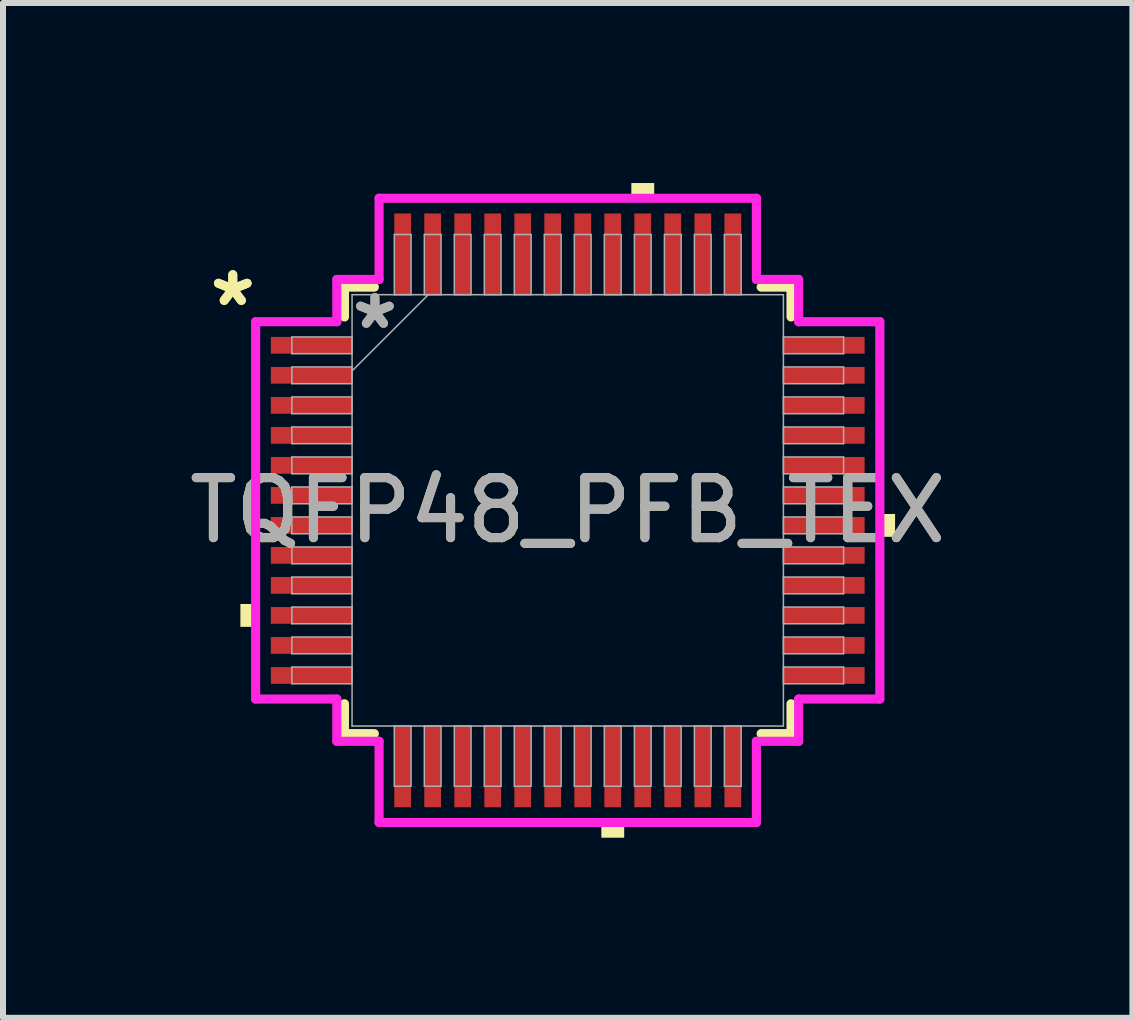
<source format=kicad_pcb>
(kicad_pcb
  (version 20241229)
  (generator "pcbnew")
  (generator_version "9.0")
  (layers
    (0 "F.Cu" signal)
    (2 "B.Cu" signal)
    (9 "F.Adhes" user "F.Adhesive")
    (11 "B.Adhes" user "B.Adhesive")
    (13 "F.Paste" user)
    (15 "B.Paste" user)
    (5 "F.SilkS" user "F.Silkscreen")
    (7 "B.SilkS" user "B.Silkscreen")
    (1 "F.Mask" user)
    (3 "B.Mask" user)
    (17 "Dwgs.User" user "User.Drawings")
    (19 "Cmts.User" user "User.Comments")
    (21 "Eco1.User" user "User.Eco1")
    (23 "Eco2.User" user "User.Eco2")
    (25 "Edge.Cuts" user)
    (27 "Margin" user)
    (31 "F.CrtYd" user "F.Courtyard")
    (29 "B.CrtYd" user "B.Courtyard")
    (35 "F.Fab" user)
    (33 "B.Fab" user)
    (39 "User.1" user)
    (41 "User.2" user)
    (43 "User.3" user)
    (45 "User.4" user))
  (footprint "TQFP48_PFB_TEX"
    (layer "F.Cu")
    (at 6.411 5.455)
    (property "Reference" "TQFP48_PFB_TEX" (at 0 0 0) (unlocked yes) (layer "F.SilkS") (effects (font (size 1 1) (thickness 0.15))))
    (attr smd)
    (fp_line (start -3.721 -3.721) (end -3.721 -3.223) (stroke (width 0.152) (type solid)) (layer "F.SilkS"))
    (fp_line (start -3.721 3.223) (end -3.721 3.721) (stroke (width 0.152) (type solid)) (layer "F.SilkS"))
    (fp_line (start -3.721 3.721) (end -3.223 3.721) (stroke (width 0.152) (type solid)) (layer "F.SilkS"))
    (fp_line (start -3.223 -3.721) (end -3.721 -3.721) (stroke (width 0.152) (type solid)) (layer "F.SilkS"))
    (fp_line (start 3.223 3.721) (end 3.721 3.721) (stroke (width 0.152) (type solid)) (layer "F.SilkS"))
    (fp_line (start 3.721 -3.721) (end 3.223 -3.721) (stroke (width 0.152) (type solid)) (layer "F.SilkS"))
    (fp_line (start 3.721 -3.223) (end 3.721 -3.721) (stroke (width 0.152) (type solid)) (layer "F.SilkS"))
    (fp_line (start 3.721 3.721) (end 3.721 3.223) (stroke (width 0.152) (type solid)) (layer "F.SilkS"))
    (fp_poly (pts (xy -5.455 1.56) (xy -5.455 1.941) (xy -5.201 1.941) (xy -5.201 1.56)) (stroke (width 0) (type solid)) (fill yes) (layer "F.SilkS"))
    (fp_poly (pts (xy 0.56 5.201) (xy 0.56 5.455) (xy 0.941 5.455) (xy 0.941 5.201)) (stroke (width 0) (type solid)) (fill yes) (layer "F.SilkS"))
    (fp_poly (pts (xy 1.06 -5.201) (xy 1.06 -5.455) (xy 1.441 -5.455) (xy 1.441 -5.201)) (stroke (width 0) (type solid)) (fill yes) (layer "F.SilkS"))
    (fp_poly (pts (xy 5.455 0.06) (xy 5.455 0.441) (xy 5.201 0.441) (xy 5.201 0.06)) (stroke (width 0) (type solid)) (fill yes) (layer "F.SilkS"))
    (fp_line (start -5.201 -3.144) (end -3.848 -3.144) (stroke (width 0.152) (type solid)) (layer "F.CrtYd"))
    (fp_line (start -5.201 3.144) (end -5.201 -3.144) (stroke (width 0.152) (type solid)) (layer "F.CrtYd"))
    (fp_line (start -3.848 -3.848) (end -3.144 -3.848) (stroke (width 0.152) (type solid)) (layer "F.CrtYd"))
    (fp_line (start -3.848 -3.144) (end -3.848 -3.848) (stroke (width 0.152) (type solid)) (layer "F.CrtYd"))
    (fp_line (start -3.848 3.144) (end -5.201 3.144) (stroke (width 0.152) (type solid)) (layer "F.CrtYd"))
    (fp_line (start -3.848 3.848) (end -3.848 3.144) (stroke (width 0.152) (type solid)) (layer "F.CrtYd"))
    (fp_line (start -3.848 3.848) (end -3.144 3.848) (stroke (width 0.152) (type solid)) (layer "F.CrtYd"))
    (fp_line (start -3.144 -5.201) (end 3.144 -5.201) (stroke (width 0.152) (type solid)) (layer "F.CrtYd"))
    (fp_line (start -3.144 -3.848) (end -3.144 -5.201) (stroke (width 0.152) (type solid)) (layer "F.CrtYd"))
    (fp_line (start -3.144 3.848) (end -3.144 5.201) (stroke (width 0.152) (type solid)) (layer "F.CrtYd"))
    (fp_line (start -3.144 5.201) (end 3.144 5.201) (stroke (width 0.152) (type solid)) (layer "F.CrtYd"))
    (fp_line (start 3.144 -5.201) (end 3.144 -3.848) (stroke (width 0.152) (type solid)) (layer "F.CrtYd"))
    (fp_line (start 3.144 -3.848) (end 3.848 -3.848) (stroke (width 0.152) (type solid)) (layer "F.CrtYd"))
    (fp_line (start 3.144 3.848) (end 3.848 3.848) (stroke (width 0.152) (type solid)) (layer "F.CrtYd"))
    (fp_line (start 3.144 5.201) (end 3.144 3.848) (stroke (width 0.152) (type solid)) (layer "F.CrtYd"))
    (fp_line (start 3.848 -3.144) (end 3.848 -3.848) (stroke (width 0.152) (type solid)) (layer "F.CrtYd"))
    (fp_line (start 3.848 3.144) (end 5.201 3.144) (stroke (width 0.152) (type solid)) (layer "F.CrtYd"))
    (fp_line (start 3.848 3.848) (end 3.848 3.144) (stroke (width 0.152) (type solid)) (layer "F.CrtYd"))
    (fp_line (start 5.201 -3.144) (end 3.848 -3.144) (stroke (width 0.152) (type solid)) (layer "F.CrtYd"))
    (fp_line (start 5.201 3.144) (end 5.201 -3.144) (stroke (width 0.152) (type solid)) (layer "F.CrtYd"))
    (fp_line (start -4.597 -2.89) (end -4.597 -2.611) (stroke (width 0.025) (type solid)) (layer "F.Fab"))
    (fp_line (start -4.597 -2.611) (end -3.594 -2.611) (stroke (width 0.025) (type solid)) (layer "F.Fab"))
    (fp_line (start -4.597 -2.39) (end -4.597 -2.111) (stroke (width 0.025) (type solid)) (layer "F.Fab"))
    (fp_line (start -4.597 -2.111) (end -3.594 -2.111) (stroke (width 0.025) (type solid)) (layer "F.Fab"))
    (fp_line (start -4.597 -1.89) (end -4.597 -1.611) (stroke (width 0.025) (type solid)) (layer "F.Fab"))
    (fp_line (start -4.597 -1.611) (end -3.594 -1.611) (stroke (width 0.025) (type solid)) (layer "F.Fab"))
    (fp_line (start -4.597 -1.39) (end -4.597 -1.111) (stroke (width 0.025) (type solid)) (layer "F.Fab"))
    (fp_line (start -4.597 -1.111) (end -3.594 -1.111) (stroke (width 0.025) (type solid)) (layer "F.Fab"))
    (fp_line (start -4.597 -0.89) (end -4.597 -0.61) (stroke (width 0.025) (type solid)) (layer "F.Fab"))
    (fp_line (start -4.597 -0.61) (end -3.594 -0.61) (stroke (width 0.025) (type solid)) (layer "F.Fab"))
    (fp_line (start -4.597 -0.39) (end -4.597 -0.11) (stroke (width 0.025) (type solid)) (layer "F.Fab"))
    (fp_line (start -4.597 -0.11) (end -3.594 -0.11) (stroke (width 0.025) (type solid)) (layer "F.Fab"))
    (fp_line (start -4.597 0.11) (end -4.597 0.39) (stroke (width 0.025) (type solid)) (layer "F.Fab"))
    (fp_line (start -4.597 0.39) (end -3.594 0.39) (stroke (width 0.025) (type solid)) (layer "F.Fab"))
    (fp_line (start -4.597 0.61) (end -4.597 0.89) (stroke (width 0.025) (type solid)) (layer "F.Fab"))
    (fp_line (start -4.597 0.89) (end -3.594 0.89) (stroke (width 0.025) (type solid)) (layer "F.Fab"))
    (fp_line (start -4.597 1.111) (end -4.597 1.39) (stroke (width 0.025) (type solid)) (layer "F.Fab"))
    (fp_line (start -4.597 1.39) (end -3.594 1.39) (stroke (width 0.025) (type solid)) (layer "F.Fab"))
    (fp_line (start -4.597 1.611) (end -4.597 1.89) (stroke (width 0.025) (type solid)) (layer "F.Fab"))
    (fp_line (start -4.597 1.89) (end -3.594 1.89) (stroke (width 0.025) (type solid)) (layer "F.Fab"))
    (fp_line (start -4.597 2.111) (end -4.597 2.39) (stroke (width 0.025) (type solid)) (layer "F.Fab"))
    (fp_line (start -4.597 2.39) (end -3.594 2.39) (stroke (width 0.025) (type solid)) (layer "F.Fab"))
    (fp_line (start -4.597 2.611) (end -4.597 2.89) (stroke (width 0.025) (type solid)) (layer "F.Fab"))
    (fp_line (start -4.597 2.89) (end -3.594 2.89) (stroke (width 0.025) (type solid)) (layer "F.Fab"))
    (fp_line (start -3.594 -3.594) (end -3.594 3.594) (stroke (width 0.025) (type solid)) (layer "F.Fab"))
    (fp_line (start -3.594 -2.89) (end -4.597 -2.89) (stroke (width 0.025) (type solid)) (layer "F.Fab"))
    (fp_line (start -3.594 -2.611) (end -3.594 -2.89) (stroke (width 0.025) (type solid)) (layer "F.Fab"))
    (fp_line (start -3.594 -2.39) (end -4.597 -2.39) (stroke (width 0.025) (type solid)) (layer "F.Fab"))
    (fp_line (start -3.594 -2.324) (end -2.324 -3.594) (stroke (width 0.025) (type solid)) (layer "F.Fab"))
    (fp_line (start -3.594 -2.111) (end -3.594 -2.39) (stroke (width 0.025) (type solid)) (layer "F.Fab"))
    (fp_line (start -3.594 -1.89) (end -4.597 -1.89) (stroke (width 0.025) (type solid)) (layer "F.Fab"))
    (fp_line (start -3.594 -1.611) (end -3.594 -1.89) (stroke (width 0.025) (type solid)) (layer "F.Fab"))
    (fp_line (start -3.594 -1.39) (end -4.597 -1.39) (stroke (width 0.025) (type solid)) (layer "F.Fab"))
    (fp_line (start -3.594 -1.111) (end -3.594 -1.39) (stroke (width 0.025) (type solid)) (layer "F.Fab"))
    (fp_line (start -3.594 -0.89) (end -4.597 -0.89) (stroke (width 0.025) (type solid)) (layer "F.Fab"))
    (fp_line (start -3.594 -0.61) (end -3.594 -0.89) (stroke (width 0.025) (type solid)) (layer "F.Fab"))
    (fp_line (start -3.594 -0.39) (end -4.597 -0.39) (stroke (width 0.025) (type solid)) (layer "F.Fab"))
    (fp_line (start -3.594 -0.11) (end -3.594 -0.39) (stroke (width 0.025) (type solid)) (layer "F.Fab"))
    (fp_line (start -3.594 0.11) (end -4.597 0.11) (stroke (width 0.025) (type solid)) (layer "F.Fab"))
    (fp_line (start -3.594 0.39) (end -3.594 0.11) (stroke (width 0.025) (type solid)) (layer "F.Fab"))
    (fp_line (start -3.594 0.61) (end -4.597 0.61) (stroke (width 0.025) (type solid)) (layer "F.Fab"))
    (fp_line (start -3.594 0.89) (end -3.594 0.61) (stroke (width 0.025) (type solid)) (layer "F.Fab"))
    (fp_line (start -3.594 1.111) (end -4.597 1.111) (stroke (width 0.025) (type solid)) (layer "F.Fab"))
    (fp_line (start -3.594 1.39) (end -3.594 1.111) (stroke (width 0.025) (type solid)) (layer "F.Fab"))
    (fp_line (start -3.594 1.611) (end -4.597 1.611) (stroke (width 0.025) (type solid)) (layer "F.Fab"))
    (fp_line (start -3.594 1.89) (end -3.594 1.611) (stroke (width 0.025) (type solid)) (layer "F.Fab"))
    (fp_line (start -3.594 2.111) (end -4.597 2.111) (stroke (width 0.025) (type solid)) (layer "F.Fab"))
    (fp_line (start -3.594 2.39) (end -3.594 2.111) (stroke (width 0.025) (type solid)) (layer "F.Fab"))
    (fp_line (start -3.594 2.611) (end -4.597 2.611) (stroke (width 0.025) (type solid)) (layer "F.Fab"))
    (fp_line (start -3.594 2.89) (end -3.594 2.611) (stroke (width 0.025) (type solid)) (layer "F.Fab"))
    (fp_line (start -3.594 3.594) (end 3.594 3.594) (stroke (width 0.025) (type solid)) (layer "F.Fab"))
    (fp_line (start -2.89 -4.597) (end -2.89 -3.594) (stroke (width 0.025) (type solid)) (layer "F.Fab"))
    (fp_line (start -2.89 -3.594) (end -2.611 -3.594) (stroke (width 0.025) (type solid)) (layer "F.Fab"))
    (fp_line (start -2.89 3.594) (end -2.89 4.597) (stroke (width 0.025) (type solid)) (layer "F.Fab"))
    (fp_line (start -2.89 4.597) (end -2.611 4.597) (stroke (width 0.025) (type solid)) (layer "F.Fab"))
    (fp_line (start -2.611 -4.597) (end -2.89 -4.597) (stroke (width 0.025) (type solid)) (layer "F.Fab"))
    (fp_line (start -2.611 -3.594) (end -2.611 -4.597) (stroke (width 0.025) (type solid)) (layer "F.Fab"))
    (fp_line (start -2.611 3.594) (end -2.89 3.594) (stroke (width 0.025) (type solid)) (layer "F.Fab"))
    (fp_line (start -2.611 4.597) (end -2.611 3.594) (stroke (width 0.025) (type solid)) (layer "F.Fab"))
    (fp_line (start -2.39 -4.597) (end -2.39 -3.594) (stroke (width 0.025) (type solid)) (layer "F.Fab"))
    (fp_line (start -2.39 -3.594) (end -2.111 -3.594) (stroke (width 0.025) (type solid)) (layer "F.Fab"))
    (fp_line (start -2.39 3.594) (end -2.39 4.597) (stroke (width 0.025) (type solid)) (layer "F.Fab"))
    (fp_line (start -2.39 4.597) (end -2.111 4.597) (stroke (width 0.025) (type solid)) (layer "F.Fab"))
    (fp_line (start -2.111 -4.597) (end -2.39 -4.597) (stroke (width 0.025) (type solid)) (layer "F.Fab"))
    (fp_line (start -2.111 -3.594) (end -2.111 -4.597) (stroke (width 0.025) (type solid)) (layer "F.Fab"))
    (fp_line (start -2.111 3.594) (end -2.39 3.594) (stroke (width 0.025) (type solid)) (layer "F.Fab"))
    (fp_line (start -2.111 4.597) (end -2.111 3.594) (stroke (width 0.025) (type solid)) (layer "F.Fab"))
    (fp_line (start -1.89 -4.597) (end -1.89 -3.594) (stroke (width 0.025) (type solid)) (layer "F.Fab"))
    (fp_line (start -1.89 -3.594) (end -1.611 -3.594) (stroke (width 0.025) (type solid)) (layer "F.Fab"))
    (fp_line (start -1.89 3.594) (end -1.89 4.597) (stroke (width 0.025) (type solid)) (layer "F.Fab"))
    (fp_line (start -1.89 4.597) (end -1.611 4.597) (stroke (width 0.025) (type solid)) (layer "F.Fab"))
    (fp_line (start -1.611 -4.597) (end -1.89 -4.597) (stroke (width 0.025) (type solid)) (layer "F.Fab"))
    (fp_line (start -1.611 -3.594) (end -1.611 -4.597) (stroke (width 0.025) (type solid)) (layer "F.Fab"))
    (fp_line (start -1.611 3.594) (end -1.89 3.594) (stroke (width 0.025) (type solid)) (layer "F.Fab"))
    (fp_line (start -1.611 4.597) (end -1.611 3.594) (stroke (width 0.025) (type solid)) (layer "F.Fab"))
    (fp_line (start -1.39 -4.597) (end -1.39 -3.594) (stroke (width 0.025) (type solid)) (layer "F.Fab"))
    (fp_line (start -1.39 -3.594) (end -1.111 -3.594) (stroke (width 0.025) (type solid)) (layer "F.Fab"))
    (fp_line (start -1.39 3.594) (end -1.39 4.597) (stroke (width 0.025) (type solid)) (layer "F.Fab"))
    (fp_line (start -1.39 4.597) (end -1.111 4.597) (stroke (width 0.025) (type solid)) (layer "F.Fab"))
    (fp_line (start -1.111 -4.597) (end -1.39 -4.597) (stroke (width 0.025) (type solid)) (layer "F.Fab"))
    (fp_line (start -1.111 -3.594) (end -1.111 -4.597) (stroke (width 0.025) (type solid)) (layer "F.Fab"))
    (fp_line (start -1.111 3.594) (end -1.39 3.594) (stroke (width 0.025) (type solid)) (layer "F.Fab"))
    (fp_line (start -1.111 4.597) (end -1.111 3.594) (stroke (width 0.025) (type solid)) (layer "F.Fab"))
    (fp_line (start -0.89 -4.597) (end -0.89 -3.594) (stroke (width 0.025) (type solid)) (layer "F.Fab"))
    (fp_line (start -0.89 -3.594) (end -0.61 -3.594) (stroke (width 0.025) (type solid)) (layer "F.Fab"))
    (fp_line (start -0.89 3.594) (end -0.89 4.597) (stroke (width 0.025) (type solid)) (layer "F.Fab"))
    (fp_line (start -0.89 4.597) (end -0.61 4.597) (stroke (width 0.025) (type solid)) (layer "F.Fab"))
    (fp_line (start -0.61 -4.597) (end -0.89 -4.597) (stroke (width 0.025) (type solid)) (layer "F.Fab"))
    (fp_line (start -0.61 -3.594) (end -0.61 -4.597) (stroke (width 0.025) (type solid)) (layer "F.Fab"))
    (fp_line (start -0.61 3.594) (end -0.89 3.594) (stroke (width 0.025) (type solid)) (layer "F.Fab"))
    (fp_line (start -0.61 4.597) (end -0.61 3.594) (stroke (width 0.025) (type solid)) (layer "F.Fab"))
    (fp_line (start -0.39 -4.597) (end -0.39 -3.594) (stroke (width 0.025) (type solid)) (layer "F.Fab"))
    (fp_line (start -0.39 -3.594) (end -0.11 -3.594) (stroke (width 0.025) (type solid)) (layer "F.Fab"))
    (fp_line (start -0.39 3.594) (end -0.39 4.597) (stroke (width 0.025) (type solid)) (layer "F.Fab"))
    (fp_line (start -0.39 4.597) (end -0.11 4.597) (stroke (width 0.025) (type solid)) (layer "F.Fab"))
    (fp_line (start -0.11 -4.597) (end -0.39 -4.597) (stroke (width 0.025) (type solid)) (layer "F.Fab"))
    (fp_line (start -0.11 -3.594) (end -0.11 -4.597) (stroke (width 0.025) (type solid)) (layer "F.Fab"))
    (fp_line (start -0.11 3.594) (end -0.39 3.594) (stroke (width 0.025) (type solid)) (layer "F.Fab"))
    (fp_line (start -0.11 4.597) (end -0.11 3.594) (stroke (width 0.025) (type solid)) (layer "F.Fab"))
    (fp_line (start 0.11 -4.597) (end 0.11 -3.594) (stroke (width 0.025) (type solid)) (layer "F.Fab"))
    (fp_line (start 0.11 -3.594) (end 0.39 -3.594) (stroke (width 0.025) (type solid)) (layer "F.Fab"))
    (fp_line (start 0.11 3.594) (end 0.11 4.597) (stroke (width 0.025) (type solid)) (layer "F.Fab"))
    (fp_line (start 0.11 4.597) (end 0.39 4.597) (stroke (width 0.025) (type solid)) (layer "F.Fab"))
    (fp_line (start 0.39 -4.597) (end 0.11 -4.597) (stroke (width 0.025) (type solid)) (layer "F.Fab"))
    (fp_line (start 0.39 -3.594) (end 0.39 -4.597) (stroke (width 0.025) (type solid)) (layer "F.Fab"))
    (fp_line (start 0.39 3.594) (end 0.11 3.594) (stroke (width 0.025) (type solid)) (layer "F.Fab"))
    (fp_line (start 0.39 4.597) (end 0.39 3.594) (stroke (width 0.025) (type solid)) (layer "F.Fab"))
    (fp_line (start 0.61 -4.597) (end 0.61 -3.594) (stroke (width 0.025) (type solid)) (layer "F.Fab"))
    (fp_line (start 0.61 -3.594) (end 0.89 -3.594) (stroke (width 0.025) (type solid)) (layer "F.Fab"))
    (fp_line (start 0.61 3.594) (end 0.61 4.597) (stroke (width 0.025) (type solid)) (layer "F.Fab"))
    (fp_line (start 0.61 4.597) (end 0.89 4.597) (stroke (width 0.025) (type solid)) (layer "F.Fab"))
    (fp_line (start 0.89 -4.597) (end 0.61 -4.597) (stroke (width 0.025) (type solid)) (layer "F.Fab"))
    (fp_line (start 0.89 -3.594) (end 0.89 -4.597) (stroke (width 0.025) (type solid)) (layer "F.Fab"))
    (fp_line (start 0.89 3.594) (end 0.61 3.594) (stroke (width 0.025) (type solid)) (layer "F.Fab"))
    (fp_line (start 0.89 4.597) (end 0.89 3.594) (stroke (width 0.025) (type solid)) (layer "F.Fab"))
    (fp_line (start 1.111 -4.597) (end 1.111 -3.594) (stroke (width 0.025) (type solid)) (layer "F.Fab"))
    (fp_line (start 1.111 -3.594) (end 1.39 -3.594) (stroke (width 0.025) (type solid)) (layer "F.Fab"))
    (fp_line (start 1.111 3.594) (end 1.111 4.597) (stroke (width 0.025) (type solid)) (layer "F.Fab"))
    (fp_line (start 1.111 4.597) (end 1.39 4.597) (stroke (width 0.025) (type solid)) (layer "F.Fab"))
    (fp_line (start 1.39 -4.597) (end 1.111 -4.597) (stroke (width 0.025) (type solid)) (layer "F.Fab"))
    (fp_line (start 1.39 -3.594) (end 1.39 -4.597) (stroke (width 0.025) (type solid)) (layer "F.Fab"))
    (fp_line (start 1.39 3.594) (end 1.111 3.594) (stroke (width 0.025) (type solid)) (layer "F.Fab"))
    (fp_line (start 1.39 4.597) (end 1.39 3.594) (stroke (width 0.025) (type solid)) (layer "F.Fab"))
    (fp_line (start 1.611 -4.597) (end 1.611 -3.594) (stroke (width 0.025) (type solid)) (layer "F.Fab"))
    (fp_line (start 1.611 -3.594) (end 1.89 -3.594) (stroke (width 0.025) (type solid)) (layer "F.Fab"))
    (fp_line (start 1.611 3.594) (end 1.611 4.597) (stroke (width 0.025) (type solid)) (layer "F.Fab"))
    (fp_line (start 1.611 4.597) (end 1.89 4.597) (stroke (width 0.025) (type solid)) (layer "F.Fab"))
    (fp_line (start 1.89 -4.597) (end 1.611 -4.597) (stroke (width 0.025) (type solid)) (layer "F.Fab"))
    (fp_line (start 1.89 -3.594) (end 1.89 -4.597) (stroke (width 0.025) (type solid)) (layer "F.Fab"))
    (fp_line (start 1.89 3.594) (end 1.611 3.594) (stroke (width 0.025) (type solid)) (layer "F.Fab"))
    (fp_line (start 1.89 4.597) (end 1.89 3.594) (stroke (width 0.025) (type solid)) (layer "F.Fab"))
    (fp_line (start 2.111 -4.597) (end 2.111 -3.594) (stroke (width 0.025) (type solid)) (layer "F.Fab"))
    (fp_line (start 2.111 -3.594) (end 2.39 -3.594) (stroke (width 0.025) (type solid)) (layer "F.Fab"))
    (fp_line (start 2.111 3.594) (end 2.111 4.597) (stroke (width 0.025) (type solid)) (layer "F.Fab"))
    (fp_line (start 2.111 4.597) (end 2.39 4.597) (stroke (width 0.025) (type solid)) (layer "F.Fab"))
    (fp_line (start 2.39 -4.597) (end 2.111 -4.597) (stroke (width 0.025) (type solid)) (layer "F.Fab"))
    (fp_line (start 2.39 -3.594) (end 2.39 -4.597) (stroke (width 0.025) (type solid)) (layer "F.Fab"))
    (fp_line (start 2.39 3.594) (end 2.111 3.594) (stroke (width 0.025) (type solid)) (layer "F.Fab"))
    (fp_line (start 2.39 4.597) (end 2.39 3.594) (stroke (width 0.025) (type solid)) (layer "F.Fab"))
    (fp_line (start 2.611 -4.597) (end 2.611 -3.594) (stroke (width 0.025) (type solid)) (layer "F.Fab"))
    (fp_line (start 2.611 -3.594) (end 2.89 -3.594) (stroke (width 0.025) (type solid)) (layer "F.Fab"))
    (fp_line (start 2.611 3.594) (end 2.611 4.597) (stroke (width 0.025) (type solid)) (layer "F.Fab"))
    (fp_line (start 2.611 4.597) (end 2.89 4.597) (stroke (width 0.025) (type solid)) (layer "F.Fab"))
    (fp_line (start 2.89 -4.597) (end 2.611 -4.597) (stroke (width 0.025) (type solid)) (layer "F.Fab"))
    (fp_line (start 2.89 -3.594) (end 2.89 -4.597) (stroke (width 0.025) (type solid)) (layer "F.Fab"))
    (fp_line (start 2.89 3.594) (end 2.611 3.594) (stroke (width 0.025) (type solid)) (layer "F.Fab"))
    (fp_line (start 2.89 4.597) (end 2.89 3.594) (stroke (width 0.025) (type solid)) (layer "F.Fab"))
    (fp_line (start 3.594 -3.594) (end -3.594 -3.594) (stroke (width 0.025) (type solid)) (layer "F.Fab"))
    (fp_line (start 3.594 -2.89) (end 3.594 -2.611) (stroke (width 0.025) (type solid)) (layer "F.Fab"))
    (fp_line (start 3.594 -2.611) (end 4.597 -2.611) (stroke (width 0.025) (type solid)) (layer "F.Fab"))
    (fp_line (start 3.594 -2.39) (end 3.594 -2.111) (stroke (width 0.025) (type solid)) (layer "F.Fab"))
    (fp_line (start 3.594 -2.111) (end 4.597 -2.111) (stroke (width 0.025) (type solid)) (layer "F.Fab"))
    (fp_line (start 3.594 -1.89) (end 3.594 -1.611) (stroke (width 0.025) (type solid)) (layer "F.Fab"))
    (fp_line (start 3.594 -1.611) (end 4.597 -1.611) (stroke (width 0.025) (type solid)) (layer "F.Fab"))
    (fp_line (start 3.594 -1.39) (end 3.594 -1.111) (stroke (width 0.025) (type solid)) (layer "F.Fab"))
    (fp_line (start 3.594 -1.111) (end 4.597 -1.111) (stroke (width 0.025) (type solid)) (layer "F.Fab"))
    (fp_line (start 3.594 -0.89) (end 3.594 -0.61) (stroke (width 0.025) (type solid)) (layer "F.Fab"))
    (fp_line (start 3.594 -0.61) (end 4.597 -0.61) (stroke (width 0.025) (type solid)) (layer "F.Fab"))
    (fp_line (start 3.594 -0.39) (end 3.594 -0.11) (stroke (width 0.025) (type solid)) (layer "F.Fab"))
    (fp_line (start 3.594 -0.11) (end 4.597 -0.11) (stroke (width 0.025) (type solid)) (layer "F.Fab"))
    (fp_line (start 3.594 0.11) (end 3.594 0.39) (stroke (width 0.025) (type solid)) (layer "F.Fab"))
    (fp_line (start 3.594 0.39) (end 4.597 0.39) (stroke (width 0.025) (type solid)) (layer "F.Fab"))
    (fp_line (start 3.594 0.61) (end 3.594 0.89) (stroke (width 0.025) (type solid)) (layer "F.Fab"))
    (fp_line (start 3.594 0.89) (end 4.597 0.89) (stroke (width 0.025) (type solid)) (layer "F.Fab"))
    (fp_line (start 3.594 1.111) (end 3.594 1.39) (stroke (width 0.025) (type solid)) (layer "F.Fab"))
    (fp_line (start 3.594 1.39) (end 4.597 1.39) (stroke (width 0.025) (type solid)) (layer "F.Fab"))
    (fp_line (start 3.594 1.611) (end 3.594 1.89) (stroke (width 0.025) (type solid)) (layer "F.Fab"))
    (fp_line (start 3.594 1.89) (end 4.597 1.89) (stroke (width 0.025) (type solid)) (layer "F.Fab"))
    (fp_line (start 3.594 2.111) (end 3.594 2.39) (stroke (width 0.025) (type solid)) (layer "F.Fab"))
    (fp_line (start 3.594 2.39) (end 4.597 2.39) (stroke (width 0.025) (type solid)) (layer "F.Fab"))
    (fp_line (start 3.594 2.611) (end 3.594 2.89) (stroke (width 0.025) (type solid)) (layer "F.Fab"))
    (fp_line (start 3.594 2.89) (end 4.597 2.89) (stroke (width 0.025) (type solid)) (layer "F.Fab"))
    (fp_line (start 3.594 3.594) (end 3.594 -3.594) (stroke (width 0.025) (type solid)) (layer "F.Fab"))
    (fp_line (start 4.597 -2.89) (end 3.594 -2.89) (stroke (width 0.025) (type solid)) (layer "F.Fab"))
    (fp_line (start 4.597 -2.611) (end 4.597 -2.89) (stroke (width 0.025) (type solid)) (layer "F.Fab"))
    (fp_line (start 4.597 -2.39) (end 3.594 -2.39) (stroke (width 0.025) (type solid)) (layer "F.Fab"))
    (fp_line (start 4.597 -2.111) (end 4.597 -2.39) (stroke (width 0.025) (type solid)) (layer "F.Fab"))
    (fp_line (start 4.597 -1.89) (end 3.594 -1.89) (stroke (width 0.025) (type solid)) (layer "F.Fab"))
    (fp_line (start 4.597 -1.611) (end 4.597 -1.89) (stroke (width 0.025) (type solid)) (layer "F.Fab"))
    (fp_line (start 4.597 -1.39) (end 3.594 -1.39) (stroke (width 0.025) (type solid)) (layer "F.Fab"))
    (fp_line (start 4.597 -1.111) (end 4.597 -1.39) (stroke (width 0.025) (type solid)) (layer "F.Fab"))
    (fp_line (start 4.597 -0.89) (end 3.594 -0.89) (stroke (width 0.025) (type solid)) (layer "F.Fab"))
    (fp_line (start 4.597 -0.61) (end 4.597 -0.89) (stroke (width 0.025) (type solid)) (layer "F.Fab"))
    (fp_line (start 4.597 -0.39) (end 3.594 -0.39) (stroke (width 0.025) (type solid)) (layer "F.Fab"))
    (fp_line (start 4.597 -0.11) (end 4.597 -0.39) (stroke (width 0.025) (type solid)) (layer "F.Fab"))
    (fp_line (start 4.597 0.11) (end 3.594 0.11) (stroke (width 0.025) (type solid)) (layer "F.Fab"))
    (fp_line (start 4.597 0.39) (end 4.597 0.11) (stroke (width 0.025) (type solid)) (layer "F.Fab"))
    (fp_line (start 4.597 0.61) (end 3.594 0.61) (stroke (width 0.025) (type solid)) (layer "F.Fab"))
    (fp_line (start 4.597 0.89) (end 4.597 0.61) (stroke (width 0.025) (type solid)) (layer "F.Fab"))
    (fp_line (start 4.597 1.111) (end 3.594 1.111) (stroke (width 0.025) (type solid)) (layer "F.Fab"))
    (fp_line (start 4.597 1.39) (end 4.597 1.111) (stroke (width 0.025) (type solid)) (layer "F.Fab"))
    (fp_line (start 4.597 1.611) (end 3.594 1.611) (stroke (width 0.025) (type solid)) (layer "F.Fab"))
    (fp_line (start 4.597 1.89) (end 4.597 1.611) (stroke (width 0.025) (type solid)) (layer "F.Fab"))
    (fp_line (start 4.597 2.111) (end 3.594 2.111) (stroke (width 0.025) (type solid)) (layer "F.Fab"))
    (fp_line (start 4.597 2.39) (end 4.597 2.111) (stroke (width 0.025) (type solid)) (layer "F.Fab"))
    (fp_line (start 4.597 2.611) (end 3.594 2.611) (stroke (width 0.025) (type solid)) (layer "F.Fab"))
    (fp_line (start 4.597 2.89) (end 4.597 2.611) (stroke (width 0.025) (type solid)) (layer "F.Fab"))
    (fp_text user "*" (at -5.582 -3.382 0) (unlocked yes) (layer "F.SilkS") (effects (font (size 1 1) (thickness 0.15))))
    (fp_text user "*" (at -5.582 -3.382 0) (layer "F.SilkS") (effects (font (size 1 1) (thickness 0.15))))
    (fp_text user "*" (at -3.213 -3.001 0) (layer "F.Fab") (effects (font (size 1 1) (thickness 0.15))))
    (fp_text user "${REFERENCE}" (at 0 0 0) (unlocked yes) (layer "F.Fab") (effects (font (size 1 1) (thickness 0.15))))
    (fp_text user "*" (at -3.213 -3.001 0) (unlocked yes) (layer "F.Fab") (effects (font (size 1 1) (thickness 0.15))))
    (pad "1" smd rect (at -4.271 -2.751 90) (size 0.279 1.353) (layers "F.Cu" "F.Mask" "F.Paste"))
    (pad "2" smd rect (at -4.271 -2.251 90) (size 0.279 1.353) (layers "F.Cu" "F.Mask" "F.Paste"))
    (pad "3" smd rect (at -4.271 -1.75 90) (size 0.279 1.353) (layers "F.Cu" "F.Mask" "F.Paste"))
    (pad "4" smd rect (at -4.271 -1.25 90) (size 0.279 1.353) (layers "F.Cu" "F.Mask" "F.Paste"))
    (pad "5" smd rect (at -4.271 -0.75 90) (size 0.279 1.353) (layers "F.Cu" "F.Mask" "F.Paste"))
    (pad "6" smd rect (at -4.271 -0.25 90) (size 0.279 1.353) (layers "F.Cu" "F.Mask" "F.Paste"))
    (pad "7" smd rect (at -4.271 0.25 90) (size 0.279 1.353) (layers "F.Cu" "F.Mask" "F.Paste"))
    (pad "8" smd rect (at -4.271 0.75 90) (size 0.279 1.353) (layers "F.Cu" "F.Mask" "F.Paste"))
    (pad "9" smd rect (at -4.271 1.25 90) (size 0.279 1.353) (layers "F.Cu" "F.Mask" "F.Paste"))
    (pad "10" smd rect (at -4.271 1.75 90) (size 0.279 1.353) (layers "F.Cu" "F.Mask" "F.Paste"))
    (pad "11" smd rect (at -4.271 2.251 90) (size 0.279 1.353) (layers "F.Cu" "F.Mask" "F.Paste"))
    (pad "12" smd rect (at -4.271 2.751 90) (size 0.279 1.353) (layers "F.Cu" "F.Mask" "F.Paste"))
    (pad "13" smd rect (at -2.751 4.271) (size 0.279 1.353) (layers "F.Cu" "F.Mask" "F.Paste"))
    (pad "14" smd rect (at -2.251 4.271) (size 0.279 1.353) (layers "F.Cu" "F.Mask" "F.Paste"))
    (pad "15" smd rect (at -1.75 4.271) (size 0.279 1.353) (layers "F.Cu" "F.Mask" "F.Paste"))
    (pad "16" smd rect (at -1.25 4.271) (size 0.279 1.353) (layers "F.Cu" "F.Mask" "F.Paste"))
    (pad "17" smd rect (at -0.75 4.271) (size 0.279 1.353) (layers "F.Cu" "F.Mask" "F.Paste"))
    (pad "18" smd rect (at -0.25 4.271) (size 0.279 1.353) (layers "F.Cu" "F.Mask" "F.Paste"))
    (pad "19" smd rect (at 0.25 4.271) (size 0.279 1.353) (layers "F.Cu" "F.Mask" "F.Paste"))
    (pad "20" smd rect (at 0.75 4.271) (size 0.279 1.353) (layers "F.Cu" "F.Mask" "F.Paste"))
    (pad "21" smd rect (at 1.25 4.271) (size 0.279 1.353) (layers "F.Cu" "F.Mask" "F.Paste"))
    (pad "22" smd rect (at 1.75 4.271) (size 0.279 1.353) (layers "F.Cu" "F.Mask" "F.Paste"))
    (pad "23" smd rect (at 2.251 4.271) (size 0.279 1.353) (layers "F.Cu" "F.Mask" "F.Paste"))
    (pad "24" smd rect (at 2.751 4.271) (size 0.279 1.353) (layers "F.Cu" "F.Mask" "F.Paste"))
    (pad "25" smd rect (at 4.271 2.751 90) (size 0.279 1.353) (layers "F.Cu" "F.Mask" "F.Paste"))
    (pad "26" smd rect (at 4.271 2.251 90) (size 0.279 1.353) (layers "F.Cu" "F.Mask" "F.Paste"))
    (pad "27" smd rect (at 4.271 1.75 90) (size 0.279 1.353) (layers "F.Cu" "F.Mask" "F.Paste"))
    (pad "28" smd rect (at 4.271 1.25 90) (size 0.279 1.353) (layers "F.Cu" "F.Mask" "F.Paste"))
    (pad "29" smd rect (at 4.271 0.75 90) (size 0.279 1.353) (layers "F.Cu" "F.Mask" "F.Paste"))
    (pad "30" smd rect (at 4.271 0.25 90) (size 0.279 1.353) (layers "F.Cu" "F.Mask" "F.Paste"))
    (pad "31" smd rect (at 4.271 -0.25 90) (size 0.279 1.353) (layers "F.Cu" "F.Mask" "F.Paste"))
    (pad "32" smd rect (at 4.271 -0.75 90) (size 0.279 1.353) (layers "F.Cu" "F.Mask" "F.Paste"))
    (pad "33" smd rect (at 4.271 -1.25 90) (size 0.279 1.353) (layers "F.Cu" "F.Mask" "F.Paste"))
    (pad "34" smd rect (at 4.271 -1.75 90) (size 0.279 1.353) (layers "F.Cu" "F.Mask" "F.Paste"))
    (pad "35" smd rect (at 4.271 -2.251 90) (size 0.279 1.353) (layers "F.Cu" "F.Mask" "F.Paste"))
    (pad "36" smd rect (at 4.271 -2.751 90) (size 0.279 1.353) (layers "F.Cu" "F.Mask" "F.Paste"))
    (pad "37" smd rect (at 2.751 -4.271) (size 0.279 1.353) (layers "F.Cu" "F.Mask" "F.Paste"))
    (pad "38" smd rect (at 2.251 -4.271) (size 0.279 1.353) (layers "F.Cu" "F.Mask" "F.Paste"))
    (pad "39" smd rect (at 1.75 -4.271) (size 0.279 1.353) (layers "F.Cu" "F.Mask" "F.Paste"))
    (pad "40" smd rect (at 1.25 -4.271) (size 0.279 1.353) (layers "F.Cu" "F.Mask" "F.Paste"))
    (pad "41" smd rect (at 0.75 -4.271) (size 0.279 1.353) (layers "F.Cu" "F.Mask" "F.Paste"))
    (pad "42" smd rect (at 0.25 -4.271) (size 0.279 1.353) (layers "F.Cu" "F.Mask" "F.Paste"))
    (pad "43" smd rect (at -0.25 -4.271) (size 0.279 1.353) (layers "F.Cu" "F.Mask" "F.Paste"))
    (pad "44" smd rect (at -0.75 -4.271) (size 0.279 1.353) (layers "F.Cu" "F.Mask" "F.Paste"))
    (pad "45" smd rect (at -1.25 -4.271) (size 0.279 1.353) (layers "F.Cu" "F.Mask" "F.Paste"))
    (pad "46" smd rect (at -1.75 -4.271) (size 0.279 1.353) (layers "F.Cu" "F.Mask" "F.Paste"))
    (pad "47" smd rect (at -2.251 -4.271) (size 0.279 1.353) (layers "F.Cu" "F.Mask" "F.Paste"))
    (pad "48" smd rect (at -2.751 -4.271) (size 0.279 1.353) (layers "F.Cu" "F.Mask" "F.Paste")))
  (gr_rect
    (start -3 -3)
    (end 15.821 13.911)
    (stroke (width 0.1) (type default))
    (fill no)
    (layer "Edge.Cuts")))
</source>
